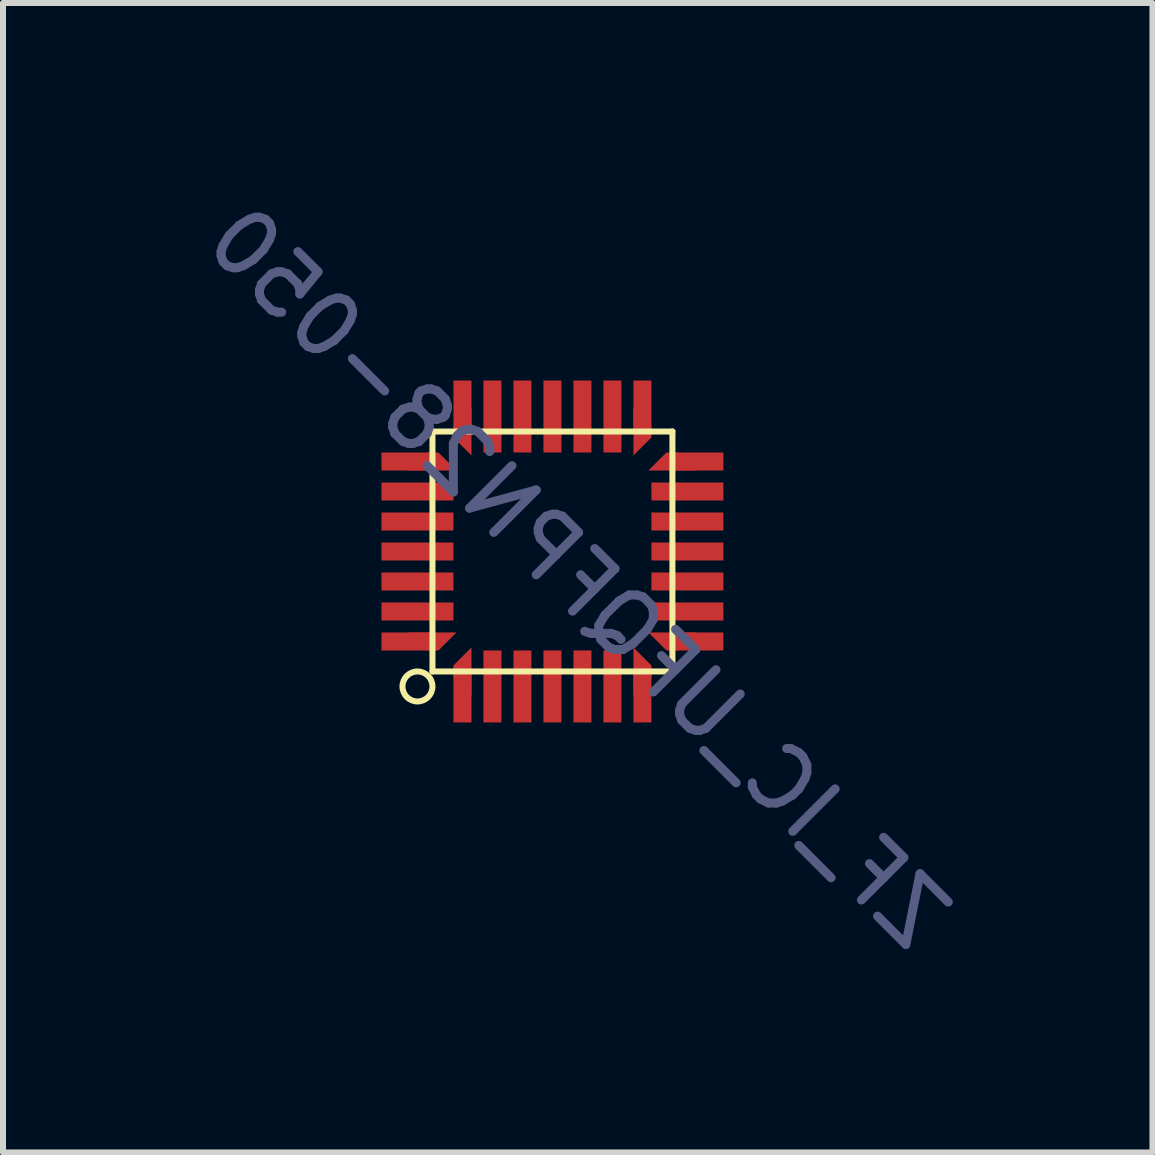
<source format=kicad_pcb>
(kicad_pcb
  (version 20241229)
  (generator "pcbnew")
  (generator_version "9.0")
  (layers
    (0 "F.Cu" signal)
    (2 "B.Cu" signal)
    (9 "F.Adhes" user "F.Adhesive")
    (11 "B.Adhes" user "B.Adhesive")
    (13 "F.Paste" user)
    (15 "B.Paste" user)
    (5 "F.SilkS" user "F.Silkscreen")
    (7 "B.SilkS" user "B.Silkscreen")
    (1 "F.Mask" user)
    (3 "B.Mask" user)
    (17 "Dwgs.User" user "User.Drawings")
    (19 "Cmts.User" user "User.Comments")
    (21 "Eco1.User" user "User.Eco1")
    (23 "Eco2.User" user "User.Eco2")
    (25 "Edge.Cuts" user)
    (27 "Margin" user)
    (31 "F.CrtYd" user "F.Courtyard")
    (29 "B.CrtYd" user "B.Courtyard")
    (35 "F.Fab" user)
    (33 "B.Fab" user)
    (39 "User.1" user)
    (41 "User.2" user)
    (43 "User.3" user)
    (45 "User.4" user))
  (footprint "ZF_IC_UFQFPN28-050"
    (layer "F.Cu")
    (at 6.156 6.156)
    (property "Reference" "ZF_IC_UFQFPN28-050" (at 0.424 0.424 135) (layer "B.Fab") (effects (font (size 1 1) (thickness 0.15)) (justify mirror)))
    (attr smd)
    (fp_line (start -1.997 -2.013) (end 2.003 -2.013) (stroke (width 0.1) (type solid)) (layer "F.SilkS"))
    (fp_line (start -1.997 1.987) (end -1.997 -2.013) (stroke (width 0.1) (type solid)) (layer "F.SilkS"))
    (fp_line (start 2.003 -2.013) (end 2.003 1.987) (stroke (width 0.1) (type solid)) (layer "F.SilkS"))
    (fp_line (start 2.003 1.987) (end -1.997 1.987) (stroke (width 0.1) (type solid)) (layer "F.SilkS"))
    (fp_circle (center -2.247 2.237) (end -2.247 1.987) (stroke (width 0.1) (type solid)) (fill no) (layer "F.SilkS"))
    (pad "1" smd trapezoid (at -1.497 1.987 180) (size 0.3 0.5) (rect_delta 0.3 0) (layers "F.Cu" "F.Mask" "F.Paste"))
    (pad "1" smd rect (at -1.497 2.387 180) (size 0.3 0.9) (layers "F.Cu" "F.Mask" "F.Paste"))
    (pad "2" smd rect (at -0.997 2.237 180) (size 0.3 1.2) (layers "F.Cu" "F.Mask" "F.Paste"))
    (pad "3" smd rect (at -0.497 2.237 180) (size 0.3 1.2) (layers "F.Cu" "F.Mask" "F.Paste"))
    (pad "4" smd rect (at 0.003 2.237 180) (size 0.3 1.2) (layers "F.Cu" "F.Mask" "F.Paste"))
    (pad "5" smd rect (at 0.503 2.237 180) (size 0.3 1.2) (layers "F.Cu" "F.Mask" "F.Paste"))
    (pad "6" smd rect (at 1.003 2.237 180) (size 0.3 1.2) (layers "F.Cu" "F.Mask" "F.Paste"))
    (pad "7" smd trapezoid (at 1.503 1.987) (size 0.3 0.5) (rect_delta 0.3 0) (layers "F.Cu" "F.Mask" "F.Paste"))
    (pad "7" smd rect (at 1.503 2.387 180) (size 0.3 0.9) (layers "F.Cu" "F.Mask" "F.Paste"))
    (pad "8" smd trapezoid (at 2.003 1.487 270) (size 0.3 0.5) (rect_delta 0.3 0) (layers "F.Cu" "F.Mask" "F.Paste"))
    (pad "8" smd rect (at 2.403 1.487 270) (size 0.3 0.9) (layers "F.Cu" "F.Mask" "F.Paste"))
    (pad "9" smd rect (at 2.253 0.987 270) (size 0.3 1.2) (layers "F.Cu" "F.Mask" "F.Paste"))
    (pad "10" smd rect (at 2.253 0.487 270) (size 0.3 1.2) (layers "F.Cu" "F.Mask" "F.Paste"))
    (pad "11" smd rect (at 2.253 -0.013 270) (size 0.3 1.2) (layers "F.Cu" "F.Mask" "F.Paste"))
    (pad "12" smd rect (at 2.253 -0.513 270) (size 0.3 1.2) (layers "F.Cu" "F.Mask" "F.Paste"))
    (pad "13" smd rect (at 2.253 -1.013 270) (size 0.3 1.2) (layers "F.Cu" "F.Mask" "F.Paste"))
    (pad "14" smd trapezoid (at 2.003 -1.513 90) (size 0.3 0.5) (rect_delta 0.3 0) (layers "F.Cu" "F.Mask" "F.Paste"))
    (pad "14" smd rect (at 2.403 -1.513 270) (size 0.3 0.9) (layers "F.Cu" "F.Mask" "F.Paste"))
    (pad "15" smd rect (at 1.503 -2.413 180) (size 0.3 0.9) (layers "F.Cu" "F.Mask" "F.Paste"))
    (pad "15" smd trapezoid (at 1.503 -2.013) (size 0.3 0.5) (rect_delta 0.3 0) (layers "F.Cu" "F.Mask" "F.Paste"))
    (pad "16" smd rect (at 1.003 -2.263 180) (size 0.3 1.2) (layers "F.Cu" "F.Mask" "F.Paste"))
    (pad "17" smd rect (at 0.503 -2.263 180) (size 0.3 1.2) (layers "F.Cu" "F.Mask" "F.Paste"))
    (pad "18" smd rect (at 0.003 -2.263 180) (size 0.3 1.2) (layers "F.Cu" "F.Mask" "F.Paste"))
    (pad "19" smd rect (at -0.497 -2.263 180) (size 0.3 1.2) (layers "F.Cu" "F.Mask" "F.Paste"))
    (pad "20" smd rect (at -0.997 -2.263 180) (size 0.3 1.2) (layers "F.Cu" "F.Mask" "F.Paste"))
    (pad "21" smd rect (at -1.497 -2.413 180) (size 0.3 0.9) (layers "F.Cu" "F.Mask" "F.Paste"))
    (pad "21" smd trapezoid (at -1.497 -2.013 180) (size 0.3 0.5) (rect_delta 0.3 0) (layers "F.Cu" "F.Mask" "F.Paste"))
    (pad "22" smd rect (at -2.397 -1.513 270) (size 0.3 0.9) (layers "F.Cu" "F.Mask" "F.Paste"))
    (pad "22" smd trapezoid (at -1.997 -1.513 90) (size 0.3 0.5) (rect_delta 0.3 0) (layers "F.Cu" "F.Mask" "F.Paste"))
    (pad "23" smd rect (at -2.247 -1.013 270) (size 0.3 1.2) (layers "F.Cu" "F.Mask" "F.Paste"))
    (pad "24" smd rect (at -2.247 -0.513 270) (size 0.3 1.2) (layers "F.Cu" "F.Mask" "F.Paste"))
    (pad "25" smd rect (at -2.247 -0.013 270) (size 0.3 1.2) (layers "F.Cu" "F.Mask" "F.Paste"))
    (pad "26" smd rect (at -2.247 0.487 270) (size 0.3 1.2) (layers "F.Cu" "F.Mask" "F.Paste"))
    (pad "27" smd rect (at -2.247 0.987 270) (size 0.3 1.2) (layers "F.Cu" "F.Mask" "F.Paste"))
    (pad "28" smd rect (at -2.397 1.487 270) (size 0.3 0.9) (layers "F.Cu" "F.Mask" "F.Paste"))
    (pad "28" smd trapezoid (at -1.997 1.487 270) (size 0.3 0.5) (rect_delta 0.3 0) (layers "F.Cu" "F.Mask" "F.Paste")))
  (gr_rect
    (start -3 -3)
    (end 16.161 16.161)
    (stroke (width 0.1) (type default))
    (fill no)
    (layer "Edge.Cuts")))
</source>
